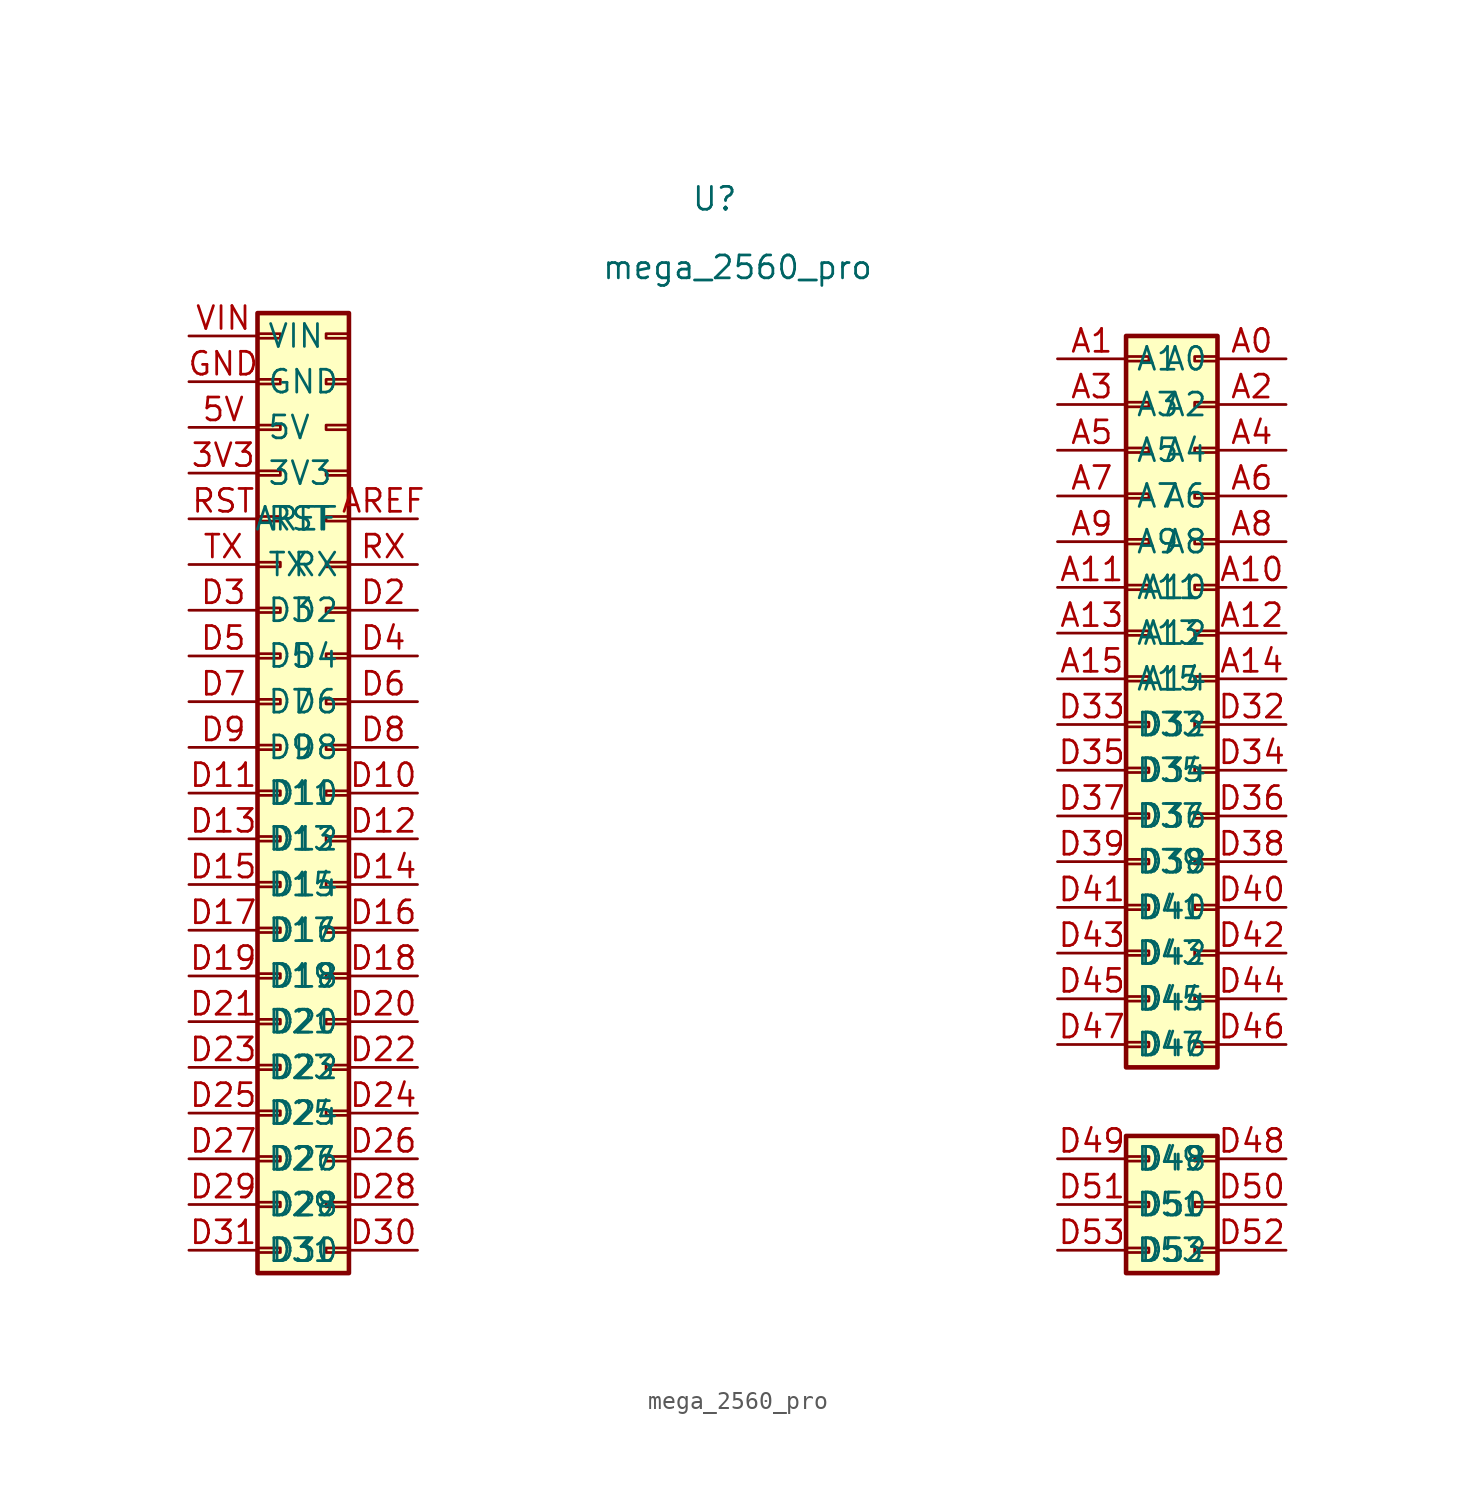
<source format=kicad_sym>
(kicad_symbol_lib
  (version 20211014)
  (generator kicad_symbol_editor)
  (symbol "mega_2560_pro"
    (property "Reference" "U"
      (at 45.72 66.04 0)
      (effects (font (size 1.27 1.27))))
    (property "Value" "mega_2560_pro"
      (at 46.99 62.23 0)
      (effects (font (size 1.27 1.27))))
    (symbol "mega_2560_pro_1_1"
      (rectangle (start 20.32 7.747) (end 21.59 7.493) (stroke (width 0.152) (type default) (color 0 0 0 0)) (fill (type none)))
      (rectangle (start 20.32 10.287) (end 21.59 10.033) (stroke (width 0.152) (type default) (color 0 0 0 0)) (fill (type none)))
      (rectangle (start 20.32 12.827) (end 21.59 12.573) (stroke (width 0.152) (type default) (color 0 0 0 0)) (fill (type none)))
      (rectangle (start 20.32 15.367) (end 21.59 15.113) (stroke (width 0.152) (type default) (color 0 0 0 0)) (fill (type none)))
      (rectangle (start 20.32 17.907) (end 21.59 17.653) (stroke (width 0.152) (type default) (color 0 0 0 0)) (fill (type none)))
      (rectangle (start 20.32 20.447) (end 21.59 20.193) (stroke (width 0.152) (type default) (color 0 0 0 0)) (fill (type none)))
      (rectangle (start 20.32 22.987) (end 21.59 22.733) (stroke (width 0.152) (type default) (color 0 0 0 0)) (fill (type none)))
      (rectangle (start 20.32 25.527) (end 21.59 25.273) (stroke (width 0.152) (type default) (color 0 0 0 0)) (fill (type none)))
      (rectangle (start 20.32 28.067) (end 21.59 27.813) (stroke (width 0.152) (type default) (color 0 0 0 0)) (fill (type none)))
      (rectangle (start 20.32 30.607) (end 21.59 30.353) (stroke (width 0.152) (type default) (color 0 0 0 0)) (fill (type none)))
      (rectangle (start 20.32 33.147) (end 21.59 32.893) (stroke (width 0.152) (type default) (color 0 0 0 0)) (fill (type none)))
      (rectangle (start 20.32 35.687) (end 21.59 35.433) (stroke (width 0.152) (type default) (color 0 0 0 0)) (fill (type none)))
      (rectangle (start 20.32 38.227) (end 21.59 37.973) (stroke (width 0.152) (type default) (color 0 0 0 0)) (fill (type none)))
      (rectangle (start 20.32 40.767) (end 21.59 40.513) (stroke (width 0.152) (type default) (color 0 0 0 0)) (fill (type none)))
      (rectangle (start 20.32 43.307) (end 21.59 43.053) (stroke (width 0.152) (type default) (color 0 0 0 0)) (fill (type none)))
      (rectangle (start 20.32 45.847) (end 21.59 45.593) (stroke (width 0.152) (type default) (color 0 0 0 0)) (fill (type none)))
      (rectangle (start 20.32 48.387) (end 21.59 48.133) (stroke (width 0.152) (type default) (color 0 0 0 0)) (fill (type none)))
      (rectangle (start 20.32 50.927) (end 21.59 50.673) (stroke (width 0.152) (type default) (color 0 0 0 0)) (fill (type none)))
      (rectangle (start 20.32 53.467) (end 21.59 53.213) (stroke (width 0.152) (type default) (color 0 0 0 0)) (fill (type none)))
      (rectangle (start 20.32 56.007) (end 21.59 55.753) (stroke (width 0.152) (type default) (color 0 0 0 0)) (fill (type none)))
      (rectangle (start 20.32 58.547) (end 21.59 58.293) (stroke (width 0.152) (type default) (color 0 0 0 0)) (fill (type none)))
      (rectangle (start 20.32 59.69) (end 25.4 6.35) (stroke (width 0.254) (type default) (color 0 0 0 0)) (fill (type background)))
      (rectangle (start 25.4 7.747) (end 24.13 7.493) (stroke (width 0.152) (type default) (color 0 0 0 0)) (fill (type none)))
      (rectangle (start 25.4 10.287) (end 24.13 10.033) (stroke (width 0.152) (type default) (color 0 0 0 0)) (fill (type none)))
      (rectangle (start 25.4 12.827) (end 24.13 12.573) (stroke (width 0.152) (type default) (color 0 0 0 0)) (fill (type none)))
      (rectangle (start 25.4 15.367) (end 24.13 15.113) (stroke (width 0.152) (type default) (color 0 0 0 0)) (fill (type none)))
      (rectangle (start 25.4 17.907) (end 24.13 17.653) (stroke (width 0.152) (type default) (color 0 0 0 0)) (fill (type none)))
      (rectangle (start 25.4 20.447) (end 24.13 20.193) (stroke (width 0.152) (type default) (color 0 0 0 0)) (fill (type none)))
      (rectangle (start 25.4 22.987) (end 24.13 22.733) (stroke (width 0.152) (type default) (color 0 0 0 0)) (fill (type none)))
      (rectangle (start 25.4 25.527) (end 24.13 25.273) (stroke (width 0.152) (type default) (color 0 0 0 0)) (fill (type none)))
      (rectangle (start 25.4 28.067) (end 24.13 27.813) (stroke (width 0.152) (type default) (color 0 0 0 0)) (fill (type none)))
      (rectangle (start 25.4 30.607) (end 24.13 30.353) (stroke (width 0.152) (type default) (color 0 0 0 0)) (fill (type none)))
      (rectangle (start 25.4 33.147) (end 24.13 32.893) (stroke (width 0.152) (type default) (color 0 0 0 0)) (fill (type none)))
      (rectangle (start 25.4 35.687) (end 24.13 35.433) (stroke (width 0.152) (type default) (color 0 0 0 0)) (fill (type none)))
      (rectangle (start 25.4 38.227) (end 24.13 37.973) (stroke (width 0.152) (type default) (color 0 0 0 0)) (fill (type none)))
      (rectangle (start 25.4 40.767) (end 24.13 40.513) (stroke (width 0.152) (type default) (color 0 0 0 0)) (fill (type none)))
      (rectangle (start 25.4 43.307) (end 24.13 43.053) (stroke (width 0.152) (type default) (color 0 0 0 0)) (fill (type none)))
      (rectangle (start 25.4 45.847) (end 24.13 45.593) (stroke (width 0.152) (type default) (color 0 0 0 0)) (fill (type none)))
      (rectangle (start 25.4 48.387) (end 24.13 48.133) (stroke (width 0.152) (type default) (color 0 0 0 0)) (fill (type none)))
      (rectangle (start 25.4 50.927) (end 24.13 50.673) (stroke (width 0.152) (type default) (color 0 0 0 0)) (fill (type none)))
      (rectangle (start 25.4 53.467) (end 24.13 53.213) (stroke (width 0.152) (type default) (color 0 0 0 0)) (fill (type none)))
      (rectangle (start 25.4 56.007) (end 24.13 55.753) (stroke (width 0.152) (type default) (color 0 0 0 0)) (fill (type none)))
      (rectangle (start 25.4 58.547) (end 24.13 58.293) (stroke (width 0.152) (type default) (color 0 0 0 0)) (fill (type none)))
      (rectangle (start 68.58 7.747) (end 69.85 7.493) (stroke (width 0.152) (type default) (color 0 0 0 0)) (fill (type none)))
      (rectangle (start 68.58 10.287) (end 69.85 10.033) (stroke (width 0.152) (type default) (color 0 0 0 0)) (fill (type none)))
      (rectangle (start 68.58 12.827) (end 69.85 12.573) (stroke (width 0.152) (type default) (color 0 0 0 0)) (fill (type none)))
      (rectangle (start 68.58 13.97) (end 73.66 6.35) (stroke (width 0.254) (type default) (color 0 0 0 0)) (fill (type background)))
      (rectangle (start 68.58 19.177) (end 69.85 18.923) (stroke (width 0.152) (type default) (color 0 0 0 0)) (fill (type none)))
      (rectangle (start 68.58 21.717) (end 69.85 21.463) (stroke (width 0.152) (type default) (color 0 0 0 0)) (fill (type none)))
      (rectangle (start 68.58 24.257) (end 69.85 24.003) (stroke (width 0.152) (type default) (color 0 0 0 0)) (fill (type none)))
      (rectangle (start 68.58 26.797) (end 69.85 26.543) (stroke (width 0.152) (type default) (color 0 0 0 0)) (fill (type none)))
      (rectangle (start 68.58 29.337) (end 69.85 29.083) (stroke (width 0.152) (type default) (color 0 0 0 0)) (fill (type none)))
      (rectangle (start 68.58 31.877) (end 69.85 31.623) (stroke (width 0.152) (type default) (color 0 0 0 0)) (fill (type none)))
      (rectangle (start 68.58 34.417) (end 69.85 34.163) (stroke (width 0.152) (type default) (color 0 0 0 0)) (fill (type none)))
      (rectangle (start 68.58 36.957) (end 69.85 36.703) (stroke (width 0.152) (type default) (color 0 0 0 0)) (fill (type none)))
      (rectangle (start 68.58 39.497) (end 69.85 39.243) (stroke (width 0.152) (type default) (color 0 0 0 0)) (fill (type none)))
      (rectangle (start 68.58 42.037) (end 69.85 41.783) (stroke (width 0.152) (type default) (color 0 0 0 0)) (fill (type none)))
      (rectangle (start 68.58 44.577) (end 69.85 44.323) (stroke (width 0.152) (type default) (color 0 0 0 0)) (fill (type none)))
      (rectangle (start 68.58 47.117) (end 69.85 46.863) (stroke (width 0.152) (type default) (color 0 0 0 0)) (fill (type none)))
      (rectangle (start 68.58 49.657) (end 69.85 49.403) (stroke (width 0.152) (type default) (color 0 0 0 0)) (fill (type none)))
      (rectangle (start 68.58 52.197) (end 69.85 51.943) (stroke (width 0.152) (type default) (color 0 0 0 0)) (fill (type none)))
      (rectangle (start 68.58 54.737) (end 69.85 54.483) (stroke (width 0.152) (type default) (color 0 0 0 0)) (fill (type none)))
      (rectangle (start 68.58 57.277) (end 69.85 57.023) (stroke (width 0.152) (type default) (color 0 0 0 0)) (fill (type none)))
      (rectangle (start 68.58 58.42) (end 73.66 17.78) (stroke (width 0.254) (type default) (color 0 0 0 0)) (fill (type background)))
      (rectangle (start 73.66 7.747) (end 72.39 7.493) (stroke (width 0.152) (type default) (color 0 0 0 0)) (fill (type none)))
      (rectangle (start 73.66 10.287) (end 72.39 10.033) (stroke (width 0.152) (type default) (color 0 0 0 0)) (fill (type none)))
      (rectangle (start 73.66 12.827) (end 72.39 12.573) (stroke (width 0.152) (type default) (color 0 0 0 0)) (fill (type none)))
      (rectangle (start 73.66 19.177) (end 72.39 18.923) (stroke (width 0.152) (type default) (color 0 0 0 0)) (fill (type none)))
      (rectangle (start 73.66 21.717) (end 72.39 21.463) (stroke (width 0.152) (type default) (color 0 0 0 0)) (fill (type none)))
      (rectangle (start 73.66 24.257) (end 72.39 24.003) (stroke (width 0.152) (type default) (color 0 0 0 0)) (fill (type none)))
      (rectangle (start 73.66 26.797) (end 72.39 26.543) (stroke (width 0.152) (type default) (color 0 0 0 0)) (fill (type none)))
      (rectangle (start 73.66 29.337) (end 72.39 29.083) (stroke (width 0.152) (type default) (color 0 0 0 0)) (fill (type none)))
      (rectangle (start 73.66 31.877) (end 72.39 31.623) (stroke (width 0.152) (type default) (color 0 0 0 0)) (fill (type none)))
      (rectangle (start 73.66 34.417) (end 72.39 34.163) (stroke (width 0.152) (type default) (color 0 0 0 0)) (fill (type none)))
      (rectangle (start 73.66 36.957) (end 72.39 36.703) (stroke (width 0.152) (type default) (color 0 0 0 0)) (fill (type none)))
      (rectangle (start 73.66 39.497) (end 72.39 39.243) (stroke (width 0.152) (type default) (color 0 0 0 0)) (fill (type none)))
      (rectangle (start 73.66 42.037) (end 72.39 41.783) (stroke (width 0.152) (type default) (color 0 0 0 0)) (fill (type none)))
      (rectangle (start 73.66 44.577) (end 72.39 44.323) (stroke (width 0.152) (type default) (color 0 0 0 0)) (fill (type none)))
      (rectangle (start 73.66 47.117) (end 72.39 46.863) (stroke (width 0.152) (type default) (color 0 0 0 0)) (fill (type none)))
      (rectangle (start 73.66 49.657) (end 72.39 49.403) (stroke (width 0.152) (type default) (color 0 0 0 0)) (fill (type none)))
      (rectangle (start 73.66 52.197) (end 72.39 51.943) (stroke (width 0.152) (type default) (color 0 0 0 0)) (fill (type none)))
      (rectangle (start 73.66 54.737) (end 72.39 54.483) (stroke (width 0.152) (type default) (color 0 0 0 0)) (fill (type none)))
      (rectangle (start 73.66 57.277) (end 72.39 57.023) (stroke (width 0.152) (type default) (color 0 0 0 0)) (fill (type none)))
      (pin passive line (at 16.51 50.8 0) (length 3.81) (name "3V3" (effects (font (size 1.27 1.27)))) (number "3V3" (effects (font (size 1.27 1.27)))))
      (pin passive line (at 16.51 53.34 0) (length 3.81) (name "5V" (effects (font (size 1.27 1.27)))) (number "5V" (effects (font (size 1.27 1.27)))))
      (pin passive line (at 77.47 57.15 180) (length 3.81) (name "A0" (effects (font (size 1.27 1.27)))) (number "A0" (effects (font (size 1.27 1.27)))))
      (pin passive line (at 64.77 57.15 0) (length 3.81) (name "A1" (effects (font (size 1.27 1.27)))) (number "A1" (effects (font (size 1.27 1.27)))))
      (pin passive line (at 77.47 44.45 180) (length 3.81) (name "A10" (effects (font (size 1.27 1.27)))) (number "A10" (effects (font (size 1.27 1.27)))))
      (pin passive line (at 64.77 44.45 0) (length 3.81) (name "A11" (effects (font (size 1.27 1.27)))) (number "A11" (effects (font (size 1.27 1.27)))))
      (pin passive line (at 77.47 41.91 180) (length 3.81) (name "A12" (effects (font (size 1.27 1.27)))) (number "A12" (effects (font (size 1.27 1.27)))))
      (pin passive line (at 64.77 41.91 0) (length 3.81) (name "A13" (effects (font (size 1.27 1.27)))) (number "A13" (effects (font (size 1.27 1.27)))))
      (pin passive line (at 77.47 39.37 180) (length 3.81) (name "A14" (effects (font (size 1.27 1.27)))) (number "A14" (effects (font (size 1.27 1.27)))))
      (pin passive line (at 64.77 39.37 0) (length 3.81) (name "A15" (effects (font (size 1.27 1.27)))) (number "A15" (effects (font (size 1.27 1.27)))))
      (pin passive line (at 77.47 54.61 180) (length 3.81) (name "A2" (effects (font (size 1.27 1.27)))) (number "A2" (effects (font (size 1.27 1.27)))))
      (pin passive line (at 64.77 54.61 0) (length 3.81) (name "A3" (effects (font (size 1.27 1.27)))) (number "A3" (effects (font (size 1.27 1.27)))))
      (pin passive line (at 77.47 52.07 180) (length 3.81) (name "A4" (effects (font (size 1.27 1.27)))) (number "A4" (effects (font (size 1.27 1.27)))))
      (pin passive line (at 64.77 52.07 0) (length 3.81) (name "A5" (effects (font (size 1.27 1.27)))) (number "A5" (effects (font (size 1.27 1.27)))))
      (pin passive line (at 77.47 49.53 180) (length 3.81) (name "A6" (effects (font (size 1.27 1.27)))) (number "A6" (effects (font (size 1.27 1.27)))))
      (pin passive line (at 64.77 49.53 0) (length 3.81) (name "A7" (effects (font (size 1.27 1.27)))) (number "A7" (effects (font (size 1.27 1.27)))))
      (pin passive line (at 77.47 46.99 180) (length 3.81) (name "A8" (effects (font (size 1.27 1.27)))) (number "A8" (effects (font (size 1.27 1.27)))))
      (pin passive line (at 64.77 46.99 0) (length 3.81) (name "A9" (effects (font (size 1.27 1.27)))) (number "A9" (effects (font (size 1.27 1.27)))))
      (pin passive line (at 29.21 48.26 180) (length 3.81) (name "AREF" (effects (font (size 1.27 1.27)))) (number "AREF" (effects (font (size 1.27 1.27)))))
      (pin passive line (at 29.21 33.02 180) (length 3.81) (name "D10" (effects (font (size 1.27 1.27)))) (number "D10" (effects (font (size 1.27 1.27)))))
      (pin passive line (at 16.51 33.02 0) (length 3.81) (name "D11" (effects (font (size 1.27 1.27)))) (number "D11" (effects (font (size 1.27 1.27)))))
      (pin passive line (at 29.21 30.48 180) (length 3.81) (name "D12" (effects (font (size 1.27 1.27)))) (number "D12" (effects (font (size 1.27 1.27)))))
      (pin passive line (at 16.51 30.48 0) (length 3.81) (name "D13" (effects (font (size 1.27 1.27)))) (number "D13" (effects (font (size 1.27 1.27)))))
      (pin passive line (at 29.21 27.94 180) (length 3.81) (name "D14" (effects (font (size 1.27 1.27)))) (number "D14" (effects (font (size 1.27 1.27)))))
      (pin passive line (at 16.51 27.94 0) (length 3.81) (name "D15" (effects (font (size 1.27 1.27)))) (number "D15" (effects (font (size 1.27 1.27)))))
      (pin passive line (at 29.21 25.4 180) (length 3.81) (name "D16" (effects (font (size 1.27 1.27)))) (number "D16" (effects (font (size 1.27 1.27)))))
      (pin passive line (at 16.51 25.4 0) (length 3.81) (name "D17" (effects (font (size 1.27 1.27)))) (number "D17" (effects (font (size 1.27 1.27)))))
      (pin passive line (at 29.21 22.86 180) (length 3.81) (name "D18" (effects (font (size 1.27 1.27)))) (number "D18" (effects (font (size 1.27 1.27)))))
      (pin passive line (at 16.51 22.86 0) (length 3.81) (name "D19" (effects (font (size 1.27 1.27)))) (number "D19" (effects (font (size 1.27 1.27)))))
      (pin passive line (at 29.21 43.18 180) (length 3.81) (name "D2" (effects (font (size 1.27 1.27)))) (number "D2" (effects (font (size 1.27 1.27)))))
      (pin passive line (at 29.21 20.32 180) (length 3.81) (name "D20" (effects (font (size 1.27 1.27)))) (number "D20" (effects (font (size 1.27 1.27)))))
      (pin passive line (at 16.51 20.32 0) (length 3.81) (name "D21" (effects (font (size 1.27 1.27)))) (number "D21" (effects (font (size 1.27 1.27)))))
      (pin passive line (at 29.21 17.78 180) (length 3.81) (name "D22" (effects (font (size 1.27 1.27)))) (number "D22" (effects (font (size 1.27 1.27)))))
      (pin passive line (at 16.51 17.78 0) (length 3.81) (name "D23" (effects (font (size 1.27 1.27)))) (number "D23" (effects (font (size 1.27 1.27)))))
      (pin passive line (at 29.21 15.24 180) (length 3.81) (name "D24" (effects (font (size 1.27 1.27)))) (number "D24" (effects (font (size 1.27 1.27)))))
      (pin passive line (at 16.51 15.24 0) (length 3.81) (name "D25" (effects (font (size 1.27 1.27)))) (number "D25" (effects (font (size 1.27 1.27)))))
      (pin passive line (at 29.21 12.7 180) (length 3.81) (name "D26" (effects (font (size 1.27 1.27)))) (number "D26" (effects (font (size 1.27 1.27)))))
      (pin passive line (at 16.51 12.7 0) (length 3.81) (name "D27" (effects (font (size 1.27 1.27)))) (number "D27" (effects (font (size 1.27 1.27)))))
      (pin passive line (at 29.21 10.16 180) (length 3.81) (name "D28" (effects (font (size 1.27 1.27)))) (number "D28" (effects (font (size 1.27 1.27)))))
      (pin passive line (at 16.51 10.16 0) (length 3.81) (name "D29" (effects (font (size 1.27 1.27)))) (number "D29" (effects (font (size 1.27 1.27)))))
      (pin passive line (at 16.51 43.18 0) (length 3.81) (name "D3" (effects (font (size 1.27 1.27)))) (number "D3" (effects (font (size 1.27 1.27)))))
      (pin passive line (at 29.21 7.62 180) (length 3.81) (name "D30" (effects (font (size 1.27 1.27)))) (number "D30" (effects (font (size 1.27 1.27)))))
      (pin passive line (at 16.51 7.62 0) (length 3.81) (name "D31" (effects (font (size 1.27 1.27)))) (number "D31" (effects (font (size 1.27 1.27)))))
      (pin passive line (at 77.47 36.83 180) (length 3.81) (name "D32" (effects (font (size 1.27 1.27)))) (number "D32" (effects (font (size 1.27 1.27)))))
      (pin passive line (at 64.77 36.83 0) (length 3.81) (name "D33" (effects (font (size 1.27 1.27)))) (number "D33" (effects (font (size 1.27 1.27)))))
      (pin passive line (at 77.47 34.29 180) (length 3.81) (name "D34" (effects (font (size 1.27 1.27)))) (number "D34" (effects (font (size 1.27 1.27)))))
      (pin passive line (at 64.77 34.29 0) (length 3.81) (name "D35" (effects (font (size 1.27 1.27)))) (number "D35" (effects (font (size 1.27 1.27)))))
      (pin passive line (at 77.47 31.75 180) (length 3.81) (name "D36" (effects (font (size 1.27 1.27)))) (number "D36" (effects (font (size 1.27 1.27)))))
      (pin passive line (at 64.77 31.75 0) (length 3.81) (name "D37" (effects (font (size 1.27 1.27)))) (number "D37" (effects (font (size 1.27 1.27)))))
      (pin passive line (at 77.47 29.21 180) (length 3.81) (name "D38" (effects (font (size 1.27 1.27)))) (number "D38" (effects (font (size 1.27 1.27)))))
      (pin passive line (at 64.77 29.21 0) (length 3.81) (name "D39" (effects (font (size 1.27 1.27)))) (number "D39" (effects (font (size 1.27 1.27)))))
      (pin passive line (at 29.21 40.64 180) (length 3.81) (name "D4" (effects (font (size 1.27 1.27)))) (number "D4" (effects (font (size 1.27 1.27)))))
      (pin passive line (at 77.47 26.67 180) (length 3.81) (name "D40" (effects (font (size 1.27 1.27)))) (number "D40" (effects (font (size 1.27 1.27)))))
      (pin passive line (at 64.77 26.67 0) (length 3.81) (name "D41" (effects (font (size 1.27 1.27)))) (number "D41" (effects (font (size 1.27 1.27)))))
      (pin passive line (at 77.47 24.13 180) (length 3.81) (name "D42" (effects (font (size 1.27 1.27)))) (number "D42" (effects (font (size 1.27 1.27)))))
      (pin passive line (at 64.77 24.13 0) (length 3.81) (name "D43" (effects (font (size 1.27 1.27)))) (number "D43" (effects (font (size 1.27 1.27)))))
      (pin passive line (at 77.47 21.59 180) (length 3.81) (name "D44" (effects (font (size 1.27 1.27)))) (number "D44" (effects (font (size 1.27 1.27)))))
      (pin passive line (at 64.77 21.59 0) (length 3.81) (name "D45" (effects (font (size 1.27 1.27)))) (number "D45" (effects (font (size 1.27 1.27)))))
      (pin passive line (at 77.47 19.05 180) (length 3.81) (name "D46" (effects (font (size 1.27 1.27)))) (number "D46" (effects (font (size 1.27 1.27)))))
      (pin passive line (at 64.77 19.05 0) (length 3.81) (name "D47" (effects (font (size 1.27 1.27)))) (number "D47" (effects (font (size 1.27 1.27)))))
      (pin passive line (at 77.47 12.7 180) (length 3.81) (name "D48" (effects (font (size 1.27 1.27)))) (number "D48" (effects (font (size 1.27 1.27)))))
      (pin passive line (at 64.77 12.7 0) (length 3.81) (name "D49" (effects (font (size 1.27 1.27)))) (number "D49" (effects (font (size 1.27 1.27)))))
      (pin passive line (at 16.51 40.64 0) (length 3.81) (name "D5" (effects (font (size 1.27 1.27)))) (number "D5" (effects (font (size 1.27 1.27)))))
      (pin passive line (at 77.47 10.16 180) (length 3.81) (name "D50" (effects (font (size 1.27 1.27)))) (number "D50" (effects (font (size 1.27 1.27)))))
      (pin passive line (at 64.77 10.16 0) (length 3.81) (name "D51" (effects (font (size 1.27 1.27)))) (number "D51" (effects (font (size 1.27 1.27)))))
      (pin passive line (at 77.47 7.62 180) (length 3.81) (name "D52" (effects (font (size 1.27 1.27)))) (number "D52" (effects (font (size 1.27 1.27)))))
      (pin passive line (at 64.77 7.62 0) (length 3.81) (name "D53" (effects (font (size 1.27 1.27)))) (number "D53" (effects (font (size 1.27 1.27)))))
      (pin passive line (at 29.21 38.1 180) (length 3.81) (name "D6" (effects (font (size 1.27 1.27)))) (number "D6" (effects (font (size 1.27 1.27)))))
      (pin passive line (at 16.51 38.1 0) (length 3.81) (name "D7" (effects (font (size 1.27 1.27)))) (number "D7" (effects (font (size 1.27 1.27)))))
      (pin passive line (at 29.21 35.56 180) (length 3.81) (name "D8" (effects (font (size 1.27 1.27)))) (number "D8" (effects (font (size 1.27 1.27)))))
      (pin passive line (at 16.51 35.56 0) (length 3.81) (name "D9" (effects (font (size 1.27 1.27)))) (number "D9" (effects (font (size 1.27 1.27)))))
      (pin passive line (at 16.51 55.88 0) (length 3.81) (name "GND" (effects (font (size 1.27 1.27)))) (number "GND" (effects (font (size 1.27 1.27)))))
      (pin passive line (at 16.51 48.26 0) (length 3.81) (name "RST" (effects (font (size 1.27 1.27)))) (number "RST" (effects (font (size 1.27 1.27)))))
      (pin passive line (at 29.21 45.72 180) (length 3.81) (name "RX" (effects (font (size 1.27 1.27)))) (number "RX" (effects (font (size 1.27 1.27)))))
      (pin passive line (at 16.51 45.72 0) (length 3.81) (name "TX" (effects (font (size 1.27 1.27)))) (number "TX" (effects (font (size 1.27 1.27)))))
      (pin passive line (at 16.51 58.42 0) (length 3.81) (name "VIN" (effects (font (size 1.27 1.27)))) (number "VIN" (effects (font (size 1.27 1.27))))))))
</source>
